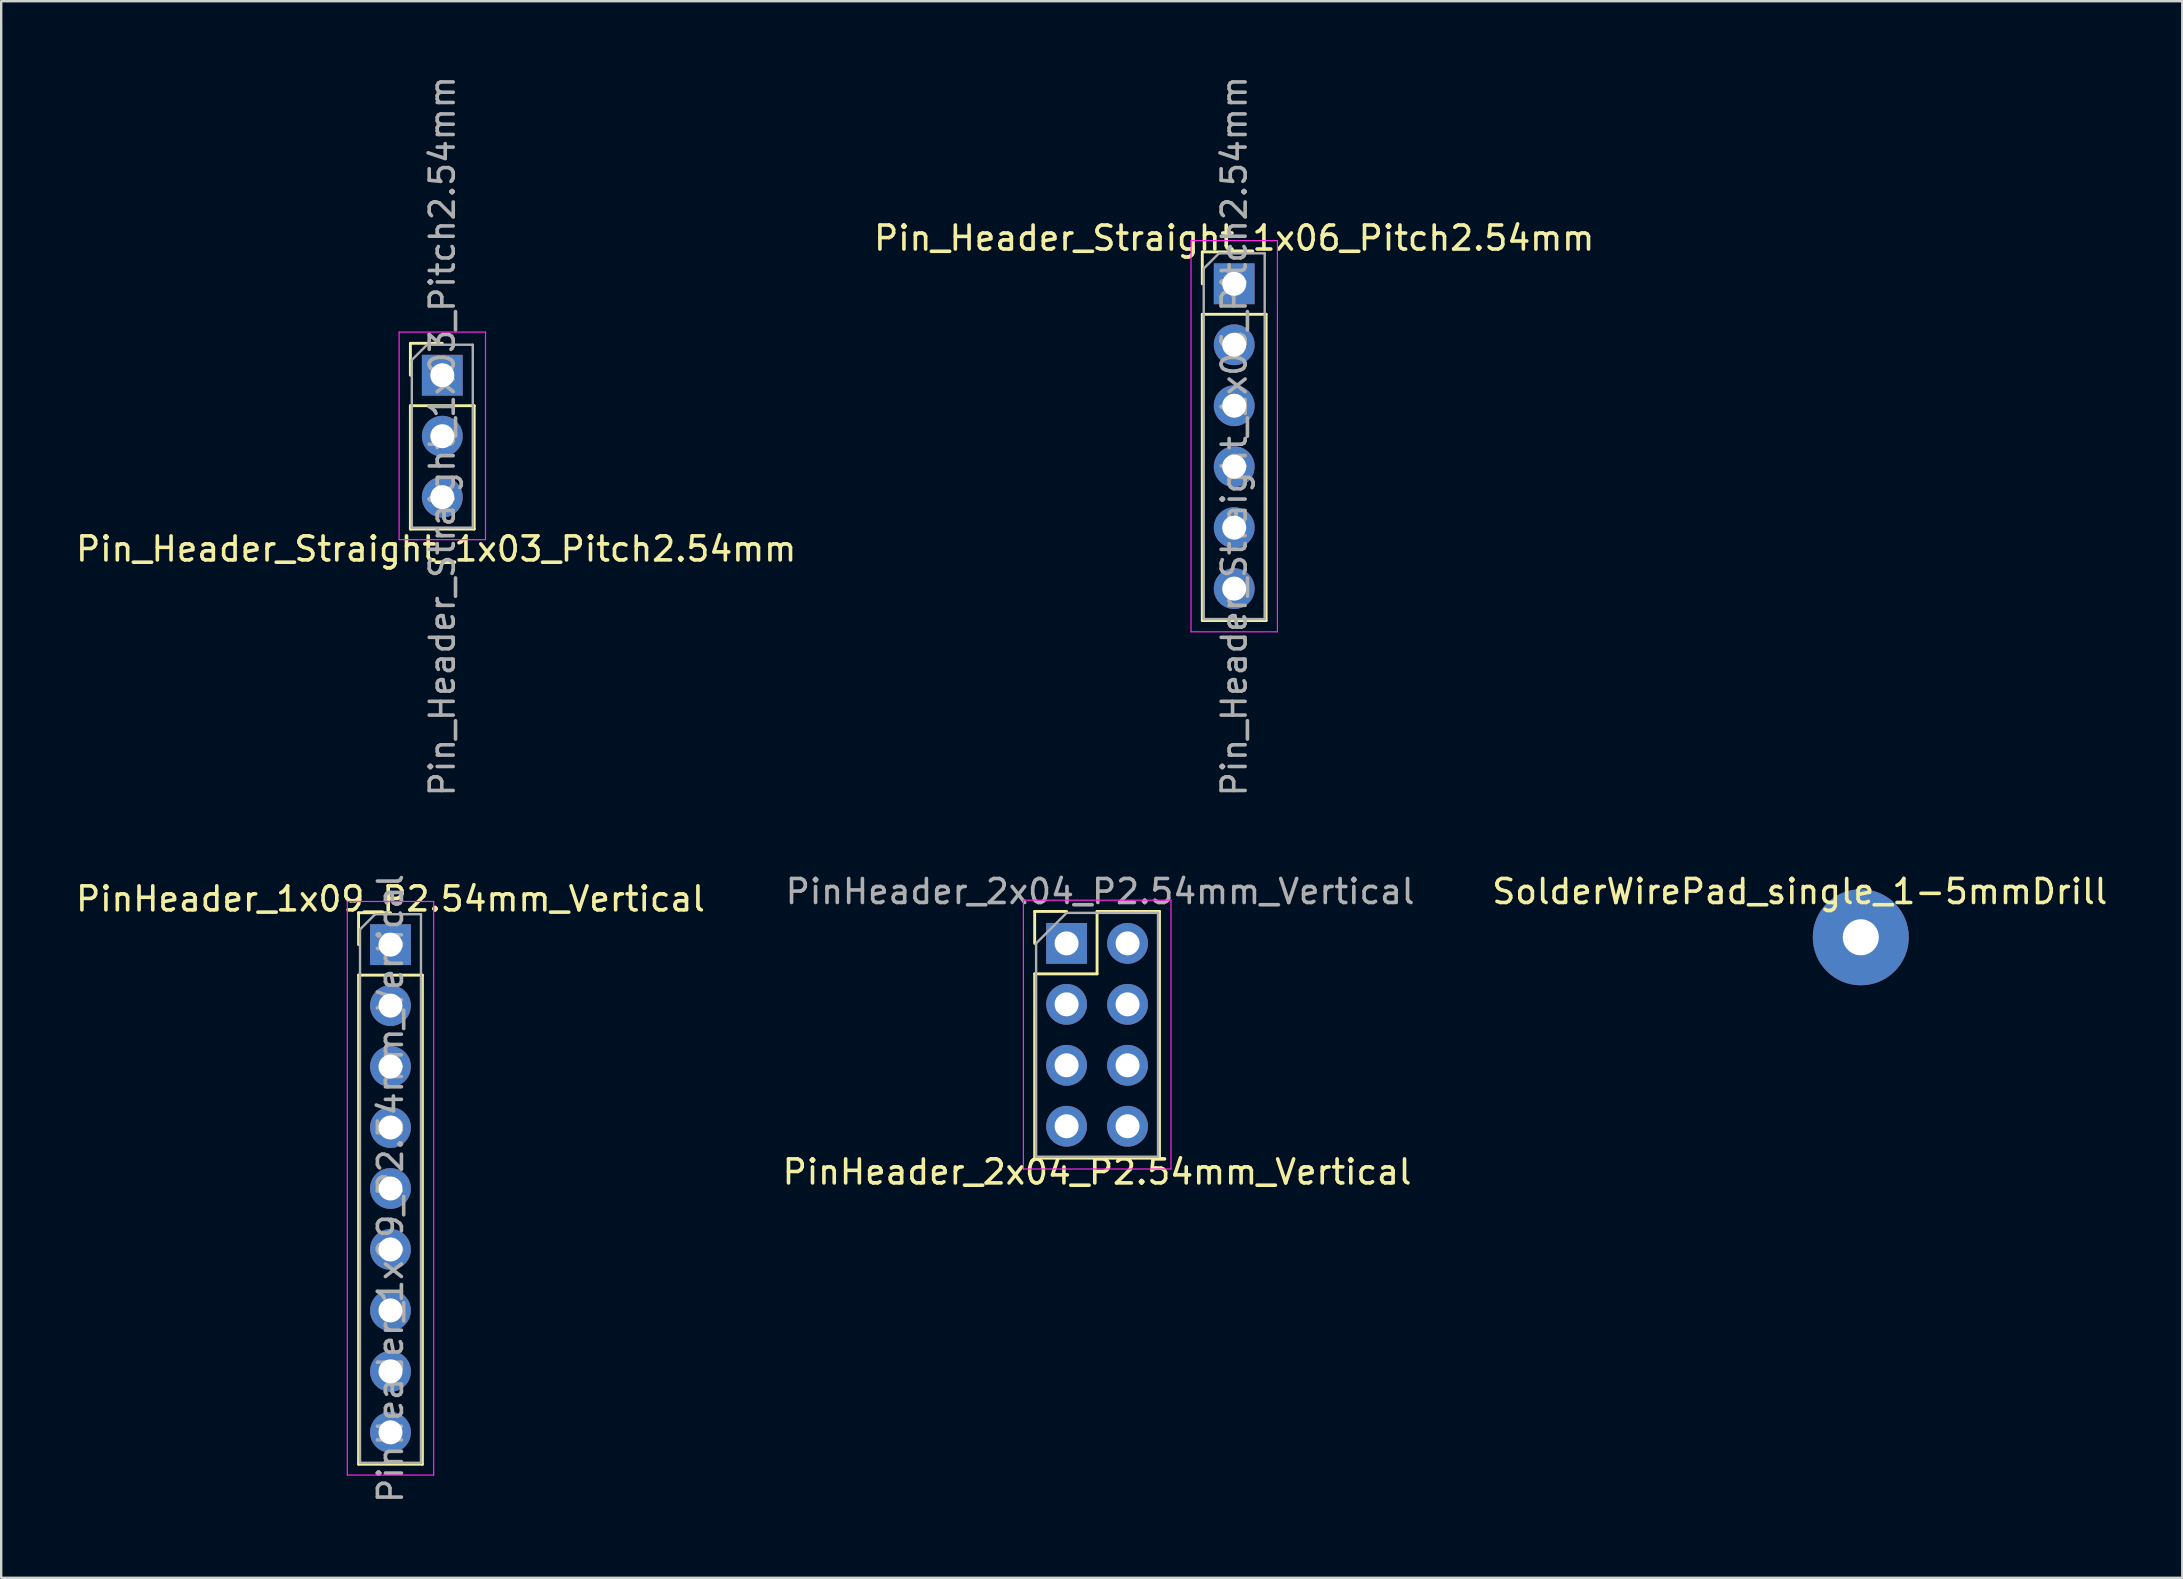
<source format=kicad_pcb>
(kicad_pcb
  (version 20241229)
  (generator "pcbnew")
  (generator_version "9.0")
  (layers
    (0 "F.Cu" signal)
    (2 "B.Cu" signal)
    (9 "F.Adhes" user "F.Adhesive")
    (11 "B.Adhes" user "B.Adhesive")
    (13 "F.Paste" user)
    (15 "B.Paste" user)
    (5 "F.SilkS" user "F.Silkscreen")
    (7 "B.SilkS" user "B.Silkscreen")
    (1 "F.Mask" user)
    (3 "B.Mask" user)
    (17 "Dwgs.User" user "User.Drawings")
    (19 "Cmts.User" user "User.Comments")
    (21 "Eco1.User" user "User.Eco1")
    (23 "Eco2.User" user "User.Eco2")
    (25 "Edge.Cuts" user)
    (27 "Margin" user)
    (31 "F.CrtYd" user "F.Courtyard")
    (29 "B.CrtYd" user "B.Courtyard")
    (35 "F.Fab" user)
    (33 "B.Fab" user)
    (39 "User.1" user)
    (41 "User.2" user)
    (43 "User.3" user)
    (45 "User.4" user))
  (footprint "SolderWirePad_single_1-5mmDrill"
    (layer "F.Cu")
    (at 74.482 36.003)
    (property "Reference" "SolderWirePad_single_1-5mmDrill" (at -2.54 -1.905 0) (layer "F.SilkS") (effects (font (size 1 1) (thickness 0.15))))
    (attr through_hole)
    (pad "1" thru_hole circle (at 0 0) (size 4 4) (drill 1.501) (layers "*.Cu" "*.Mask")))
  (footprint "Pin_Header_Straight_1x06_Pitch2.54mm"
    (layer "F.Cu")
    (at 48.375 8.775)
    (property "Reference" "Pin_Header_Straight_1x06_Pitch2.54mm" (at 0 -1.905 0) (layer "F.SilkS") (effects (font (size 1 1) (thickness 0.15))))
    (attr through_hole)
    (fp_line (start -1.33 -1.33) (end 0 -1.33) (stroke (width 0.12) (type solid)) (layer "F.SilkS"))
    (fp_line (start -1.33 0) (end -1.33 -1.33) (stroke (width 0.12) (type solid)) (layer "F.SilkS"))
    (fp_line (start -1.33 1.27) (end -1.33 14.03) (stroke (width 0.12) (type solid)) (layer "F.SilkS"))
    (fp_line (start -1.33 1.27) (end 1.33 1.27) (stroke (width 0.12) (type solid)) (layer "F.SilkS"))
    (fp_line (start -1.33 14.03) (end 1.33 14.03) (stroke (width 0.12) (type solid)) (layer "F.SilkS"))
    (fp_line (start 1.33 1.27) (end 1.33 14.03) (stroke (width 0.12) (type solid)) (layer "F.SilkS"))
    (fp_line (start -1.8 -1.8) (end -1.8 14.5) (stroke (width 0.05) (type solid)) (layer "F.CrtYd"))
    (fp_line (start -1.8 14.5) (end 1.8 14.5) (stroke (width 0.05) (type solid)) (layer "F.CrtYd"))
    (fp_line (start 1.8 -1.8) (end -1.8 -1.8) (stroke (width 0.05) (type solid)) (layer "F.CrtYd"))
    (fp_line (start 1.8 14.5) (end 1.8 -1.8) (stroke (width 0.05) (type solid)) (layer "F.CrtYd"))
    (fp_line (start -1.27 -0.635) (end -0.635 -1.27) (stroke (width 0.1) (type solid)) (layer "F.Fab"))
    (fp_line (start -1.27 13.97) (end -1.27 -0.635) (stroke (width 0.1) (type solid)) (layer "F.Fab"))
    (fp_line (start -0.635 -1.27) (end 1.27 -1.27) (stroke (width 0.1) (type solid)) (layer "F.Fab"))
    (fp_line (start 1.27 -1.27) (end 1.27 13.97) (stroke (width 0.1) (type solid)) (layer "F.Fab"))
    (fp_line (start 1.27 13.97) (end -1.27 13.97) (stroke (width 0.1) (type solid)) (layer "F.Fab"))
    (fp_text user "${REFERENCE}" (at 0 6.35 90) (layer "F.Fab") (effects (font (size 1 1) (thickness 0.15))))
    (pad "1" thru_hole rect (at 0 0) (size 1.7 1.7) (drill 1) (layers "*.Cu" "*.Mask"))
    (pad "2" thru_hole oval (at 0 2.54) (size 1.7 1.7) (drill 1) (layers "*.Cu" "*.Mask"))
    (pad "3" thru_hole oval (at 0 5.08) (size 1.7 1.7) (drill 1) (layers "*.Cu" "*.Mask"))
    (pad "4" thru_hole oval (at 0 7.62) (size 1.7 1.7) (drill 1) (layers "*.Cu" "*.Mask"))
    (pad "5" thru_hole oval (at 0 10.16) (size 1.7 1.7) (drill 1) (layers "*.Cu" "*.Mask"))
    (pad "6" thru_hole oval (at 0 12.7) (size 1.7 1.7) (drill 1) (layers "*.Cu" "*.Mask")))
  (footprint "PinHeader_1x09_P2.54mm_Vertical"
    (layer "F.Cu")
    (at 13.22 36.31)
    (property "Reference" "PinHeader_1x09_P2.54mm_Vertical" (at 0 -1.905 0) (layer "F.SilkS") (effects (font (size 1 1) (thickness 0.15))))
    (attr through_hole)
    (fp_line (start -1.33 -1.33) (end 0 -1.33) (stroke (width 0.12) (type solid)) (layer "F.SilkS"))
    (fp_line (start -1.33 0) (end -1.33 -1.33) (stroke (width 0.12) (type solid)) (layer "F.SilkS"))
    (fp_line (start -1.33 1.27) (end -1.33 21.65) (stroke (width 0.12) (type solid)) (layer "F.SilkS"))
    (fp_line (start -1.33 1.27) (end 1.33 1.27) (stroke (width 0.12) (type solid)) (layer "F.SilkS"))
    (fp_line (start -1.33 21.65) (end 1.33 21.65) (stroke (width 0.12) (type solid)) (layer "F.SilkS"))
    (fp_line (start 1.33 1.27) (end 1.33 21.65) (stroke (width 0.12) (type solid)) (layer "F.SilkS"))
    (fp_line (start -1.8 -1.8) (end -1.8 22.1) (stroke (width 0.05) (type solid)) (layer "F.CrtYd"))
    (fp_line (start -1.8 22.1) (end 1.8 22.1) (stroke (width 0.05) (type solid)) (layer "F.CrtYd"))
    (fp_line (start 1.8 -1.8) (end -1.8 -1.8) (stroke (width 0.05) (type solid)) (layer "F.CrtYd"))
    (fp_line (start 1.8 22.1) (end 1.8 -1.8) (stroke (width 0.05) (type solid)) (layer "F.CrtYd"))
    (fp_line (start -1.27 -0.635) (end -0.635 -1.27) (stroke (width 0.1) (type solid)) (layer "F.Fab"))
    (fp_line (start -1.27 21.59) (end -1.27 -0.635) (stroke (width 0.1) (type solid)) (layer "F.Fab"))
    (fp_line (start -0.635 -1.27) (end 1.27 -1.27) (stroke (width 0.1) (type solid)) (layer "F.Fab"))
    (fp_line (start 1.27 -1.27) (end 1.27 21.59) (stroke (width 0.1) (type solid)) (layer "F.Fab"))
    (fp_line (start 1.27 21.59) (end -1.27 21.59) (stroke (width 0.1) (type solid)) (layer "F.Fab"))
    (fp_text user "${REFERENCE}" (at 0 10.16 90) (layer "F.Fab") (effects (font (size 1 1) (thickness 0.15))))
    (pad "1" thru_hole rect (at 0 0) (size 1.7 1.7) (drill 1) (layers "*.Cu" "*.Mask"))
    (pad "2" thru_hole oval (at 0 2.54) (size 1.7 1.7) (drill 1) (layers "*.Cu" "*.Mask"))
    (pad "3" thru_hole oval (at 0 5.08) (size 1.7 1.7) (drill 1) (layers "*.Cu" "*.Mask"))
    (pad "4" thru_hole oval (at 0 7.62) (size 1.7 1.7) (drill 1) (layers "*.Cu" "*.Mask"))
    (pad "5" thru_hole oval (at 0 10.16) (size 1.7 1.7) (drill 1) (layers "*.Cu" "*.Mask"))
    (pad "6" thru_hole oval (at 0 12.7) (size 1.7 1.7) (drill 1) (layers "*.Cu" "*.Mask"))
    (pad "7" thru_hole oval (at 0 15.24) (size 1.7 1.7) (drill 1) (layers "*.Cu" "*.Mask"))
    (pad "8" thru_hole oval (at 0 17.78) (size 1.7 1.7) (drill 1) (layers "*.Cu" "*.Mask"))
    (pad "9" thru_hole oval (at 0 20.32) (size 1.7 1.7) (drill 1) (layers "*.Cu" "*.Mask")))
  (footprint "PinHeader_2x04_P2.54mm_Vertical"
    (layer "F.Cu")
    (at 41.391 36.257)
    (property "Reference" "PinHeader_2x04_P2.54mm_Vertical" (at 1.27 9.525 0) (layer "F.SilkS") (effects (font (size 1 1) (thickness 0.15))))
    (attr through_hole)
    (fp_line (start -1.33 -1.33) (end 0 -1.33) (stroke (width 0.12) (type solid)) (layer "F.SilkS"))
    (fp_line (start -1.33 0) (end -1.33 -1.33) (stroke (width 0.12) (type solid)) (layer "F.SilkS"))
    (fp_line (start -1.33 1.27) (end -1.33 8.95) (stroke (width 0.12) (type solid)) (layer "F.SilkS"))
    (fp_line (start -1.33 1.27) (end 1.27 1.27) (stroke (width 0.12) (type solid)) (layer "F.SilkS"))
    (fp_line (start -1.33 8.95) (end 3.87 8.95) (stroke (width 0.12) (type solid)) (layer "F.SilkS"))
    (fp_line (start 1.27 -1.33) (end 3.87 -1.33) (stroke (width 0.12) (type solid)) (layer "F.SilkS"))
    (fp_line (start 1.27 1.27) (end 1.27 -1.33) (stroke (width 0.12) (type solid)) (layer "F.SilkS"))
    (fp_line (start 3.87 -1.33) (end 3.87 8.95) (stroke (width 0.12) (type solid)) (layer "F.SilkS"))
    (fp_line (start -1.8 -1.8) (end -1.8 9.4) (stroke (width 0.05) (type solid)) (layer "F.CrtYd"))
    (fp_line (start -1.8 9.4) (end 4.35 9.4) (stroke (width 0.05) (type solid)) (layer "F.CrtYd"))
    (fp_line (start 4.35 -1.8) (end -1.8 -1.8) (stroke (width 0.05) (type solid)) (layer "F.CrtYd"))
    (fp_line (start 4.35 9.4) (end 4.35 -1.8) (stroke (width 0.05) (type solid)) (layer "F.CrtYd"))
    (fp_line (start -1.27 0) (end 0 -1.27) (stroke (width 0.1) (type solid)) (layer "F.Fab"))
    (fp_line (start -1.27 8.89) (end -1.27 0) (stroke (width 0.1) (type solid)) (layer "F.Fab"))
    (fp_line (start 0 -1.27) (end 3.81 -1.27) (stroke (width 0.1) (type solid)) (layer "F.Fab"))
    (fp_line (start 3.81 -1.27) (end 3.81 8.89) (stroke (width 0.1) (type solid)) (layer "F.Fab"))
    (fp_line (start 3.81 8.89) (end -1.27 8.89) (stroke (width 0.1) (type solid)) (layer "F.Fab"))
    (fp_text user "${REFERENCE}" (at 1.397 -2.159 0) (layer "F.Fab") (effects (font (size 1 1) (thickness 0.15))))
    (pad "1" thru_hole rect (at 0 0) (size 1.7 1.7) (drill 1) (layers "*.Cu" "*.Mask"))
    (pad "2" thru_hole oval (at 2.54 0) (size 1.7 1.7) (drill 1) (layers "*.Cu" "*.Mask"))
    (pad "3" thru_hole oval (at 0 2.54) (size 1.7 1.7) (drill 1) (layers "*.Cu" "*.Mask"))
    (pad "4" thru_hole oval (at 2.54 2.54) (size 1.7 1.7) (drill 1) (layers "*.Cu" "*.Mask"))
    (pad "5" thru_hole oval (at 0 5.08) (size 1.7 1.7) (drill 1) (layers "*.Cu" "*.Mask"))
    (pad "6" thru_hole oval (at 2.54 5.08) (size 1.7 1.7) (drill 1) (layers "*.Cu" "*.Mask"))
    (pad "7" thru_hole oval (at 0 7.62) (size 1.7 1.7) (drill 1) (layers "*.Cu" "*.Mask"))
    (pad "8" thru_hole oval (at 2.54 7.62) (size 1.7 1.7) (drill 1) (layers "*.Cu" "*.Mask")))
  (footprint "Pin_Header_Straight_1x03_Pitch2.54mm"
    (layer "F.Cu")
    (at 15.379 12.585)
    (property "Reference" "Pin_Header_Straight_1x03_Pitch2.54mm" (at -0.254 7.239 0) (layer "F.SilkS") (effects (font (size 1 1) (thickness 0.15))))
    (attr through_hole)
    (fp_line (start -1.33 -1.33) (end 0 -1.33) (stroke (width 0.12) (type solid)) (layer "F.SilkS"))
    (fp_line (start -1.33 0) (end -1.33 -1.33) (stroke (width 0.12) (type solid)) (layer "F.SilkS"))
    (fp_line (start -1.33 1.27) (end -1.33 6.41) (stroke (width 0.12) (type solid)) (layer "F.SilkS"))
    (fp_line (start -1.33 1.27) (end 1.33 1.27) (stroke (width 0.12) (type solid)) (layer "F.SilkS"))
    (fp_line (start -1.33 6.41) (end 1.33 6.41) (stroke (width 0.12) (type solid)) (layer "F.SilkS"))
    (fp_line (start 1.33 1.27) (end 1.33 6.41) (stroke (width 0.12) (type solid)) (layer "F.SilkS"))
    (fp_line (start -1.8 -1.8) (end -1.8 6.85) (stroke (width 0.05) (type solid)) (layer "F.CrtYd"))
    (fp_line (start -1.8 6.85) (end 1.8 6.85) (stroke (width 0.05) (type solid)) (layer "F.CrtYd"))
    (fp_line (start 1.8 -1.8) (end -1.8 -1.8) (stroke (width 0.05) (type solid)) (layer "F.CrtYd"))
    (fp_line (start 1.8 6.85) (end 1.8 -1.8) (stroke (width 0.05) (type solid)) (layer "F.CrtYd"))
    (fp_line (start -1.27 -0.635) (end -0.635 -1.27) (stroke (width 0.1) (type solid)) (layer "F.Fab"))
    (fp_line (start -1.27 6.35) (end -1.27 -0.635) (stroke (width 0.1) (type solid)) (layer "F.Fab"))
    (fp_line (start -0.635 -1.27) (end 1.27 -1.27) (stroke (width 0.1) (type solid)) (layer "F.Fab"))
    (fp_line (start 1.27 -1.27) (end 1.27 6.35) (stroke (width 0.1) (type solid)) (layer "F.Fab"))
    (fp_line (start 1.27 6.35) (end -1.27 6.35) (stroke (width 0.1) (type solid)) (layer "F.Fab"))
    (fp_text user "${REFERENCE}" (at 0 2.54 90) (layer "F.Fab") (effects (font (size 1 1) (thickness 0.15))))
    (pad "1" thru_hole rect (at 0 0) (size 1.7 1.7) (drill 1) (layers "*.Cu" "*.Mask"))
    (pad "2" thru_hole oval (at 0 2.54) (size 1.7 1.7) (drill 1) (layers "*.Cu" "*.Mask"))
    (pad "3" thru_hole oval (at 0 5.08) (size 1.7 1.7) (drill 1) (layers "*.Cu" "*.Mask")))
  (gr_rect
    (start -3 -3)
    (end 87.877 62.69)
    (stroke (width 0.1) (type default))
    (fill no)
    (layer "Edge.Cuts")))
</source>
